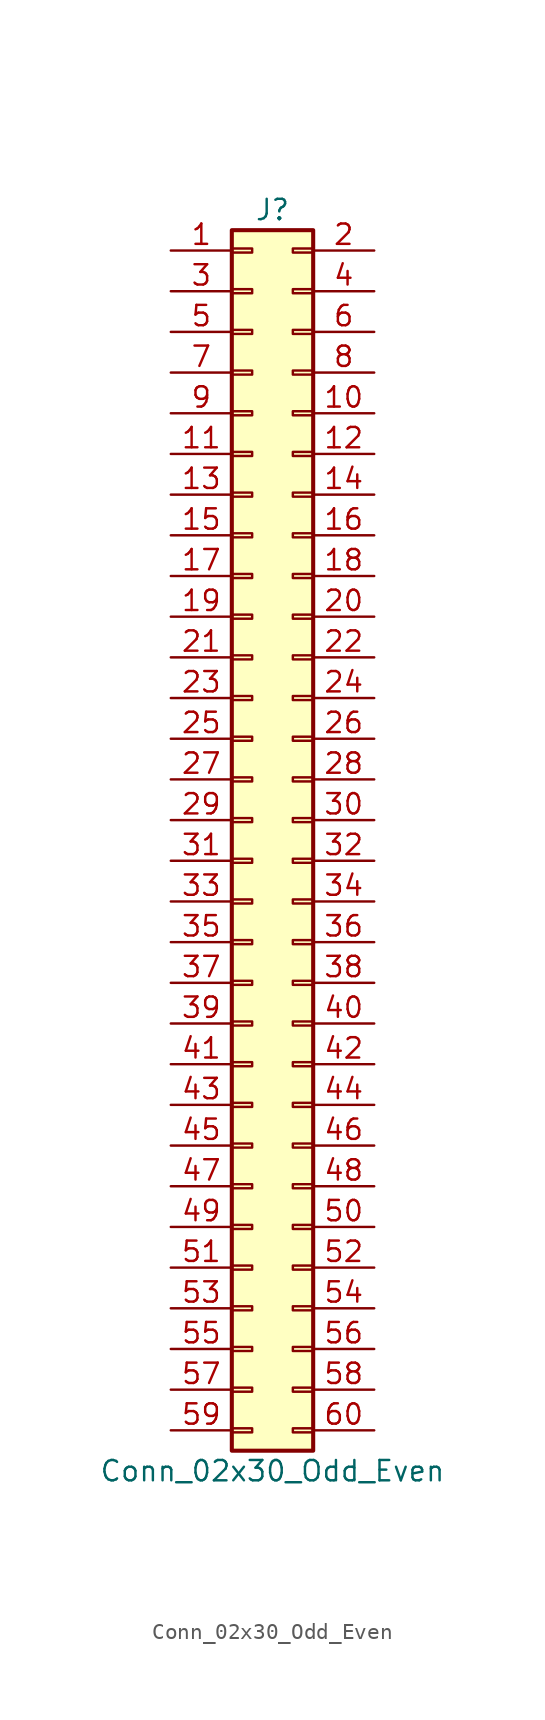
<source format=kicad_sym>
(kicad_symbol_lib
  (version 20220914)
  (generator kicad_symbol_editor)
  (symbol "Conn_02x30_Odd_Even"
    (pin_names
      (offset 1.016) hide)
    (property "Reference" "J"
      (at 1.27 38.1 0)
      (effects (font (size 1.27 1.27))))
    (property "Value" "Conn_02x30_Odd_Even"
      (at 1.27 -40.64 0)
      (effects (font (size 1.27 1.27))))
    (symbol "Conn_02x30_Odd_Even_1_1"
      (rectangle (start -1.27 -37.973) (end 0 -38.227) (stroke (width 0.152) (type solid)) (fill (type none)))
      (rectangle (start -1.27 -35.433) (end 0 -35.687) (stroke (width 0.152) (type solid)) (fill (type none)))
      (rectangle (start -1.27 -32.893) (end 0 -33.147) (stroke (width 0.152) (type solid)) (fill (type none)))
      (rectangle (start -1.27 -30.353) (end 0 -30.607) (stroke (width 0.152) (type solid)) (fill (type none)))
      (rectangle (start -1.27 -27.813) (end 0 -28.067) (stroke (width 0.152) (type solid)) (fill (type none)))
      (rectangle (start -1.27 -25.273) (end 0 -25.527) (stroke (width 0.152) (type solid)) (fill (type none)))
      (rectangle (start -1.27 -22.733) (end 0 -22.987) (stroke (width 0.152) (type solid)) (fill (type none)))
      (rectangle (start -1.27 -20.193) (end 0 -20.447) (stroke (width 0.152) (type solid)) (fill (type none)))
      (rectangle (start -1.27 -17.653) (end 0 -17.907) (stroke (width 0.152) (type solid)) (fill (type none)))
      (rectangle (start -1.27 -15.113) (end 0 -15.367) (stroke (width 0.152) (type solid)) (fill (type none)))
      (rectangle (start -1.27 -12.573) (end 0 -12.827) (stroke (width 0.152) (type solid)) (fill (type none)))
      (rectangle (start -1.27 -10.033) (end 0 -10.287) (stroke (width 0.152) (type solid)) (fill (type none)))
      (rectangle (start -1.27 -7.493) (end 0 -7.747) (stroke (width 0.152) (type solid)) (fill (type none)))
      (rectangle (start -1.27 -4.953) (end 0 -5.207) (stroke (width 0.152) (type solid)) (fill (type none)))
      (rectangle (start -1.27 -2.413) (end 0 -2.667) (stroke (width 0.152) (type solid)) (fill (type none)))
      (rectangle (start -1.27 0.127) (end 0 -0.127) (stroke (width 0.152) (type solid)) (fill (type none)))
      (rectangle (start -1.27 2.667) (end 0 2.413) (stroke (width 0.152) (type solid)) (fill (type none)))
      (rectangle (start -1.27 5.207) (end 0 4.953) (stroke (width 0.152) (type solid)) (fill (type none)))
      (rectangle (start -1.27 7.747) (end 0 7.493) (stroke (width 0.152) (type solid)) (fill (type none)))
      (rectangle (start -1.27 10.287) (end 0 10.033) (stroke (width 0.152) (type solid)) (fill (type none)))
      (rectangle (start -1.27 12.827) (end 0 12.573) (stroke (width 0.152) (type solid)) (fill (type none)))
      (rectangle (start -1.27 15.367) (end 0 15.113) (stroke (width 0.152) (type solid)) (fill (type none)))
      (rectangle (start -1.27 17.907) (end 0 17.653) (stroke (width 0.152) (type solid)) (fill (type none)))
      (rectangle (start -1.27 20.447) (end 0 20.193) (stroke (width 0.152) (type solid)) (fill (type none)))
      (rectangle (start -1.27 22.987) (end 0 22.733) (stroke (width 0.152) (type solid)) (fill (type none)))
      (rectangle (start -1.27 25.527) (end 0 25.273) (stroke (width 0.152) (type solid)) (fill (type none)))
      (rectangle (start -1.27 28.067) (end 0 27.813) (stroke (width 0.152) (type solid)) (fill (type none)))
      (rectangle (start -1.27 30.607) (end 0 30.353) (stroke (width 0.152) (type solid)) (fill (type none)))
      (rectangle (start -1.27 33.147) (end 0 32.893) (stroke (width 0.152) (type solid)) (fill (type none)))
      (rectangle (start -1.27 35.687) (end 0 35.433) (stroke (width 0.152) (type solid)) (fill (type none)))
      (rectangle (start -1.27 36.83) (end 3.81 -39.37) (stroke (width 0.254) (type solid)) (fill (type background)))
      (rectangle (start 3.81 -37.973) (end 2.54 -38.227) (stroke (width 0.152) (type solid)) (fill (type none)))
      (rectangle (start 3.81 -35.433) (end 2.54 -35.687) (stroke (width 0.152) (type solid)) (fill (type none)))
      (rectangle (start 3.81 -32.893) (end 2.54 -33.147) (stroke (width 0.152) (type solid)) (fill (type none)))
      (rectangle (start 3.81 -30.353) (end 2.54 -30.607) (stroke (width 0.152) (type solid)) (fill (type none)))
      (rectangle (start 3.81 -27.813) (end 2.54 -28.067) (stroke (width 0.152) (type solid)) (fill (type none)))
      (rectangle (start 3.81 -25.273) (end 2.54 -25.527) (stroke (width 0.152) (type solid)) (fill (type none)))
      (rectangle (start 3.81 -22.733) (end 2.54 -22.987) (stroke (width 0.152) (type solid)) (fill (type none)))
      (rectangle (start 3.81 -20.193) (end 2.54 -20.447) (stroke (width 0.152) (type solid)) (fill (type none)))
      (rectangle (start 3.81 -17.653) (end 2.54 -17.907) (stroke (width 0.152) (type solid)) (fill (type none)))
      (rectangle (start 3.81 -15.113) (end 2.54 -15.367) (stroke (width 0.152) (type solid)) (fill (type none)))
      (rectangle (start 3.81 -12.573) (end 2.54 -12.827) (stroke (width 0.152) (type solid)) (fill (type none)))
      (rectangle (start 3.81 -10.033) (end 2.54 -10.287) (stroke (width 0.152) (type solid)) (fill (type none)))
      (rectangle (start 3.81 -7.493) (end 2.54 -7.747) (stroke (width 0.152) (type solid)) (fill (type none)))
      (rectangle (start 3.81 -4.953) (end 2.54 -5.207) (stroke (width 0.152) (type solid)) (fill (type none)))
      (rectangle (start 3.81 -2.413) (end 2.54 -2.667) (stroke (width 0.152) (type solid)) (fill (type none)))
      (rectangle (start 3.81 0.127) (end 2.54 -0.127) (stroke (width 0.152) (type solid)) (fill (type none)))
      (rectangle (start 3.81 2.667) (end 2.54 2.413) (stroke (width 0.152) (type solid)) (fill (type none)))
      (rectangle (start 3.81 5.207) (end 2.54 4.953) (stroke (width 0.152) (type solid)) (fill (type none)))
      (rectangle (start 3.81 7.747) (end 2.54 7.493) (stroke (width 0.152) (type solid)) (fill (type none)))
      (rectangle (start 3.81 10.287) (end 2.54 10.033) (stroke (width 0.152) (type solid)) (fill (type none)))
      (rectangle (start 3.81 12.827) (end 2.54 12.573) (stroke (width 0.152) (type solid)) (fill (type none)))
      (rectangle (start 3.81 15.367) (end 2.54 15.113) (stroke (width 0.152) (type solid)) (fill (type none)))
      (rectangle (start 3.81 17.907) (end 2.54 17.653) (stroke (width 0.152) (type solid)) (fill (type none)))
      (rectangle (start 3.81 20.447) (end 2.54 20.193) (stroke (width 0.152) (type solid)) (fill (type none)))
      (rectangle (start 3.81 22.987) (end 2.54 22.733) (stroke (width 0.152) (type solid)) (fill (type none)))
      (rectangle (start 3.81 25.527) (end 2.54 25.273) (stroke (width 0.152) (type solid)) (fill (type none)))
      (rectangle (start 3.81 28.067) (end 2.54 27.813) (stroke (width 0.152) (type solid)) (fill (type none)))
      (rectangle (start 3.81 30.607) (end 2.54 30.353) (stroke (width 0.152) (type solid)) (fill (type none)))
      (rectangle (start 3.81 33.147) (end 2.54 32.893) (stroke (width 0.152) (type solid)) (fill (type none)))
      (rectangle (start 3.81 35.687) (end 2.54 35.433) (stroke (width 0.152) (type solid)) (fill (type none)))
      (pin passive line (at -5.08 35.56 0) (length 3.81) (name "Pin_1" (effects (font (size 1.27 1.27)))) (number "1" (effects (font (size 1.27 1.27)))))
      (pin passive line (at 7.62 25.4 180) (length 3.81) (name "Pin_10" (effects (font (size 1.27 1.27)))) (number "10" (effects (font (size 1.27 1.27)))))
      (pin passive line (at -5.08 22.86 0) (length 3.81) (name "Pin_11" (effects (font (size 1.27 1.27)))) (number "11" (effects (font (size 1.27 1.27)))))
      (pin passive line (at 7.62 22.86 180) (length 3.81) (name "Pin_12" (effects (font (size 1.27 1.27)))) (number "12" (effects (font (size 1.27 1.27)))))
      (pin passive line (at -5.08 20.32 0) (length 3.81) (name "Pin_13" (effects (font (size 1.27 1.27)))) (number "13" (effects (font (size 1.27 1.27)))))
      (pin passive line (at 7.62 20.32 180) (length 3.81) (name "Pin_14" (effects (font (size 1.27 1.27)))) (number "14" (effects (font (size 1.27 1.27)))))
      (pin passive line (at -5.08 17.78 0) (length 3.81) (name "Pin_15" (effects (font (size 1.27 1.27)))) (number "15" (effects (font (size 1.27 1.27)))))
      (pin passive line (at 7.62 17.78 180) (length 3.81) (name "Pin_16" (effects (font (size 1.27 1.27)))) (number "16" (effects (font (size 1.27 1.27)))))
      (pin passive line (at -5.08 15.24 0) (length 3.81) (name "Pin_17" (effects (font (size 1.27 1.27)))) (number "17" (effects (font (size 1.27 1.27)))))
      (pin passive line (at 7.62 15.24 180) (length 3.81) (name "Pin_18" (effects (font (size 1.27 1.27)))) (number "18" (effects (font (size 1.27 1.27)))))
      (pin passive line (at -5.08 12.7 0) (length 3.81) (name "Pin_19" (effects (font (size 1.27 1.27)))) (number "19" (effects (font (size 1.27 1.27)))))
      (pin passive line (at 7.62 35.56 180) (length 3.81) (name "Pin_2" (effects (font (size 1.27 1.27)))) (number "2" (effects (font (size 1.27 1.27)))))
      (pin passive line (at 7.62 12.7 180) (length 3.81) (name "Pin_20" (effects (font (size 1.27 1.27)))) (number "20" (effects (font (size 1.27 1.27)))))
      (pin passive line (at -5.08 10.16 0) (length 3.81) (name "Pin_21" (effects (font (size 1.27 1.27)))) (number "21" (effects (font (size 1.27 1.27)))))
      (pin passive line (at 7.62 10.16 180) (length 3.81) (name "Pin_22" (effects (font (size 1.27 1.27)))) (number "22" (effects (font (size 1.27 1.27)))))
      (pin passive line (at -5.08 7.62 0) (length 3.81) (name "Pin_23" (effects (font (size 1.27 1.27)))) (number "23" (effects (font (size 1.27 1.27)))))
      (pin passive line (at 7.62 7.62 180) (length 3.81) (name "Pin_24" (effects (font (size 1.27 1.27)))) (number "24" (effects (font (size 1.27 1.27)))))
      (pin passive line (at -5.08 5.08 0) (length 3.81) (name "Pin_25" (effects (font (size 1.27 1.27)))) (number "25" (effects (font (size 1.27 1.27)))))
      (pin passive line (at 7.62 5.08 180) (length 3.81) (name "Pin_26" (effects (font (size 1.27 1.27)))) (number "26" (effects (font (size 1.27 1.27)))))
      (pin passive line (at -5.08 2.54 0) (length 3.81) (name "Pin_27" (effects (font (size 1.27 1.27)))) (number "27" (effects (font (size 1.27 1.27)))))
      (pin passive line (at 7.62 2.54 180) (length 3.81) (name "Pin_28" (effects (font (size 1.27 1.27)))) (number "28" (effects (font (size 1.27 1.27)))))
      (pin passive line (at -5.08 0 0) (length 3.81) (name "Pin_29" (effects (font (size 1.27 1.27)))) (number "29" (effects (font (size 1.27 1.27)))))
      (pin passive line (at -5.08 33.02 0) (length 3.81) (name "Pin_3" (effects (font (size 1.27 1.27)))) (number "3" (effects (font (size 1.27 1.27)))))
      (pin passive line (at 7.62 0 180) (length 3.81) (name "Pin_30" (effects (font (size 1.27 1.27)))) (number "30" (effects (font (size 1.27 1.27)))))
      (pin passive line (at -5.08 -2.54 0) (length 3.81) (name "Pin_31" (effects (font (size 1.27 1.27)))) (number "31" (effects (font (size 1.27 1.27)))))
      (pin passive line (at 7.62 -2.54 180) (length 3.81) (name "Pin_32" (effects (font (size 1.27 1.27)))) (number "32" (effects (font (size 1.27 1.27)))))
      (pin passive line (at -5.08 -5.08 0) (length 3.81) (name "Pin_33" (effects (font (size 1.27 1.27)))) (number "33" (effects (font (size 1.27 1.27)))))
      (pin passive line (at 7.62 -5.08 180) (length 3.81) (name "Pin_34" (effects (font (size 1.27 1.27)))) (number "34" (effects (font (size 1.27 1.27)))))
      (pin passive line (at -5.08 -7.62 0) (length 3.81) (name "Pin_35" (effects (font (size 1.27 1.27)))) (number "35" (effects (font (size 1.27 1.27)))))
      (pin passive line (at 7.62 -7.62 180) (length 3.81) (name "Pin_36" (effects (font (size 1.27 1.27)))) (number "36" (effects (font (size 1.27 1.27)))))
      (pin passive line (at -5.08 -10.16 0) (length 3.81) (name "Pin_37" (effects (font (size 1.27 1.27)))) (number "37" (effects (font (size 1.27 1.27)))))
      (pin passive line (at 7.62 -10.16 180) (length 3.81) (name "Pin_38" (effects (font (size 1.27 1.27)))) (number "38" (effects (font (size 1.27 1.27)))))
      (pin passive line (at -5.08 -12.7 0) (length 3.81) (name "Pin_39" (effects (font (size 1.27 1.27)))) (number "39" (effects (font (size 1.27 1.27)))))
      (pin passive line (at 7.62 33.02 180) (length 3.81) (name "Pin_4" (effects (font (size 1.27 1.27)))) (number "4" (effects (font (size 1.27 1.27)))))
      (pin passive line (at 7.62 -12.7 180) (length 3.81) (name "Pin_40" (effects (font (size 1.27 1.27)))) (number "40" (effects (font (size 1.27 1.27)))))
      (pin passive line (at -5.08 -15.24 0) (length 3.81) (name "Pin_41" (effects (font (size 1.27 1.27)))) (number "41" (effects (font (size 1.27 1.27)))))
      (pin passive line (at 7.62 -15.24 180) (length 3.81) (name "Pin_42" (effects (font (size 1.27 1.27)))) (number "42" (effects (font (size 1.27 1.27)))))
      (pin passive line (at -5.08 -17.78 0) (length 3.81) (name "Pin_43" (effects (font (size 1.27 1.27)))) (number "43" (effects (font (size 1.27 1.27)))))
      (pin passive line (at 7.62 -17.78 180) (length 3.81) (name "Pin_44" (effects (font (size 1.27 1.27)))) (number "44" (effects (font (size 1.27 1.27)))))
      (pin passive line (at -5.08 -20.32 0) (length 3.81) (name "Pin_45" (effects (font (size 1.27 1.27)))) (number "45" (effects (font (size 1.27 1.27)))))
      (pin passive line (at 7.62 -20.32 180) (length 3.81) (name "Pin_46" (effects (font (size 1.27 1.27)))) (number "46" (effects (font (size 1.27 1.27)))))
      (pin passive line (at -5.08 -22.86 0) (length 3.81) (name "Pin_47" (effects (font (size 1.27 1.27)))) (number "47" (effects (font (size 1.27 1.27)))))
      (pin passive line (at 7.62 -22.86 180) (length 3.81) (name "Pin_48" (effects (font (size 1.27 1.27)))) (number "48" (effects (font (size 1.27 1.27)))))
      (pin passive line (at -5.08 -25.4 0) (length 3.81) (name "Pin_49" (effects (font (size 1.27 1.27)))) (number "49" (effects (font (size 1.27 1.27)))))
      (pin passive line (at -5.08 30.48 0) (length 3.81) (name "Pin_5" (effects (font (size 1.27 1.27)))) (number "5" (effects (font (size 1.27 1.27)))))
      (pin passive line (at 7.62 -25.4 180) (length 3.81) (name "Pin_50" (effects (font (size 1.27 1.27)))) (number "50" (effects (font (size 1.27 1.27)))))
      (pin passive line (at -5.08 -27.94 0) (length 3.81) (name "Pin_51" (effects (font (size 1.27 1.27)))) (number "51" (effects (font (size 1.27 1.27)))))
      (pin passive line (at 7.62 -27.94 180) (length 3.81) (name "Pin_52" (effects (font (size 1.27 1.27)))) (number "52" (effects (font (size 1.27 1.27)))))
      (pin passive line (at -5.08 -30.48 0) (length 3.81) (name "Pin_53" (effects (font (size 1.27 1.27)))) (number "53" (effects (font (size 1.27 1.27)))))
      (pin passive line (at 7.62 -30.48 180) (length 3.81) (name "Pin_54" (effects (font (size 1.27 1.27)))) (number "54" (effects (font (size 1.27 1.27)))))
      (pin passive line (at -5.08 -33.02 0) (length 3.81) (name "Pin_55" (effects (font (size 1.27 1.27)))) (number "55" (effects (font (size 1.27 1.27)))))
      (pin passive line (at 7.62 -33.02 180) (length 3.81) (name "Pin_56" (effects (font (size 1.27 1.27)))) (number "56" (effects (font (size 1.27 1.27)))))
      (pin passive line (at -5.08 -35.56 0) (length 3.81) (name "Pin_57" (effects (font (size 1.27 1.27)))) (number "57" (effects (font (size 1.27 1.27)))))
      (pin passive line (at 7.62 -35.56 180) (length 3.81) (name "Pin_58" (effects (font (size 1.27 1.27)))) (number "58" (effects (font (size 1.27 1.27)))))
      (pin passive line (at -5.08 -38.1 0) (length 3.81) (name "Pin_59" (effects (font (size 1.27 1.27)))) (number "59" (effects (font (size 1.27 1.27)))))
      (pin passive line (at 7.62 30.48 180) (length 3.81) (name "Pin_6" (effects (font (size 1.27 1.27)))) (number "6" (effects (font (size 1.27 1.27)))))
      (pin passive line (at 7.62 -38.1 180) (length 3.81) (name "Pin_60" (effects (font (size 1.27 1.27)))) (number "60" (effects (font (size 1.27 1.27)))))
      (pin passive line (at -5.08 27.94 0) (length 3.81) (name "Pin_7" (effects (font (size 1.27 1.27)))) (number "7" (effects (font (size 1.27 1.27)))))
      (pin passive line (at 7.62 27.94 180) (length 3.81) (name "Pin_8" (effects (font (size 1.27 1.27)))) (number "8" (effects (font (size 1.27 1.27)))))
      (pin passive line (at -5.08 25.4 0) (length 3.81) (name "Pin_9" (effects (font (size 1.27 1.27)))) (number "9" (effects (font (size 1.27 1.27))))))))
</source>
